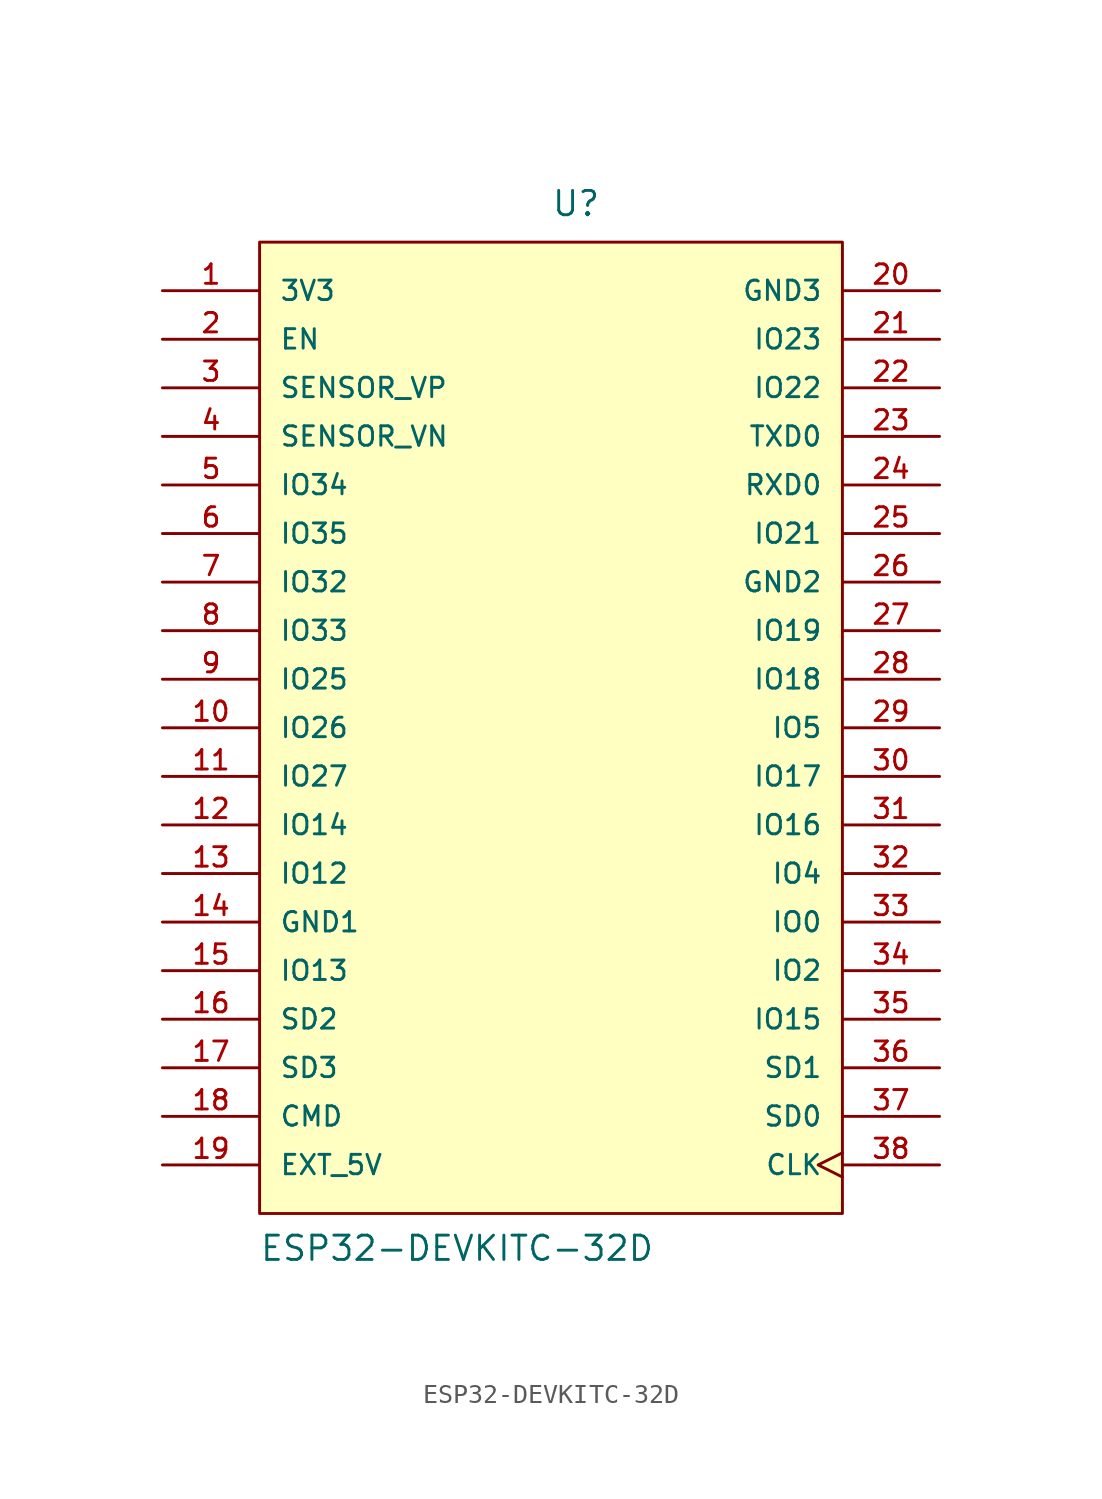
<source format=kicad_sym>
(kicad_symbol_lib
  (version 20211014)
  (generator kicad_symbol_editor)
  (symbol "ESP32-DEVKITC-32D"
    (pin_names
      (offset 1.016))
    (property "Reference" "U"
      (at 0 26.67 0)
      (effects (font (size 1.27 1.27)) (justify left bottom)))
    (property "Value" "ESP32-DEVKITC-32D"
      (at -15.265 -27.965 0)
      (effects (font (size 1.27 1.27)) (justify left bottom)))
    (property "ki_locked" ""
      (at 0 0 0)
      (effects (font (size 1.27 1.27))))
    (symbol "ESP32-DEVKITC-32D_0_0"
      (pin power_in line (at -20.32 22.86 0) (length 5.08) (name "3V3" (effects (font (size 1.016 1.016)))) (number "1" (effects (font (size 1.016 1.016)))))
      (pin bidirectional line (at -20.32 0 0) (length 5.08) (name "IO26" (effects (font (size 1.016 1.016)))) (number "10" (effects (font (size 1.016 1.016)))))
      (pin bidirectional line (at -20.32 -2.54 0) (length 5.08) (name "IO27" (effects (font (size 1.016 1.016)))) (number "11" (effects (font (size 1.016 1.016)))))
      (pin bidirectional line (at -20.32 -5.08 0) (length 5.08) (name "IO14" (effects (font (size 1.016 1.016)))) (number "12" (effects (font (size 1.016 1.016)))))
      (pin bidirectional line (at -20.32 -7.62 0) (length 5.08) (name "IO12" (effects (font (size 1.016 1.016)))) (number "13" (effects (font (size 1.016 1.016)))))
      (pin power_in line (at -20.32 -10.16 0) (length 5.08) (name "GND1" (effects (font (size 1.016 1.016)))) (number "14" (effects (font (size 1.016 1.016)))))
      (pin bidirectional line (at -20.32 -12.7 0) (length 5.08) (name "IO13" (effects (font (size 1.016 1.016)))) (number "15" (effects (font (size 1.016 1.016)))))
      (pin bidirectional line (at -20.32 -15.24 0) (length 5.08) (name "SD2" (effects (font (size 1.016 1.016)))) (number "16" (effects (font (size 1.016 1.016)))))
      (pin bidirectional line (at -20.32 -17.78 0) (length 5.08) (name "SD3" (effects (font (size 1.016 1.016)))) (number "17" (effects (font (size 1.016 1.016)))))
      (pin bidirectional line (at -20.32 -20.32 0) (length 5.08) (name "CMD" (effects (font (size 1.016 1.016)))) (number "18" (effects (font (size 1.016 1.016)))))
      (pin power_in line (at -20.32 -22.86 0) (length 5.08) (name "EXT_5V" (effects (font (size 1.016 1.016)))) (number "19" (effects (font (size 1.016 1.016)))))
      (pin input line (at -20.32 20.32 0) (length 5.08) (name "EN" (effects (font (size 1.016 1.016)))) (number "2" (effects (font (size 1.016 1.016)))))
      (pin power_in line (at 20.32 22.86 180) (length 5.08) (name "GND3" (effects (font (size 1.016 1.016)))) (number "20" (effects (font (size 1.016 1.016)))))
      (pin bidirectional line (at 20.32 20.32 180) (length 5.08) (name "IO23" (effects (font (size 1.016 1.016)))) (number "21" (effects (font (size 1.016 1.016)))))
      (pin bidirectional line (at 20.32 17.78 180) (length 5.08) (name "IO22" (effects (font (size 1.016 1.016)))) (number "22" (effects (font (size 1.016 1.016)))))
      (pin output line (at 20.32 15.24 180) (length 5.08) (name "TXD0" (effects (font (size 1.016 1.016)))) (number "23" (effects (font (size 1.016 1.016)))))
      (pin input line (at 20.32 12.7 180) (length 5.08) (name "RXD0" (effects (font (size 1.016 1.016)))) (number "24" (effects (font (size 1.016 1.016)))))
      (pin bidirectional line (at 20.32 10.16 180) (length 5.08) (name "IO21" (effects (font (size 1.016 1.016)))) (number "25" (effects (font (size 1.016 1.016)))))
      (pin power_in line (at 20.32 7.62 180) (length 5.08) (name "GND2" (effects (font (size 1.016 1.016)))) (number "26" (effects (font (size 1.016 1.016)))))
      (pin bidirectional line (at 20.32 5.08 180) (length 5.08) (name "IO19" (effects (font (size 1.016 1.016)))) (number "27" (effects (font (size 1.016 1.016)))))
      (pin bidirectional line (at 20.32 2.54 180) (length 5.08) (name "IO18" (effects (font (size 1.016 1.016)))) (number "28" (effects (font (size 1.016 1.016)))))
      (pin bidirectional line (at 20.32 0 180) (length 5.08) (name "IO5" (effects (font (size 1.016 1.016)))) (number "29" (effects (font (size 1.016 1.016)))))
      (pin input line (at -20.32 17.78 0) (length 5.08) (name "SENSOR_VP" (effects (font (size 1.016 1.016)))) (number "3" (effects (font (size 1.016 1.016)))))
      (pin bidirectional line (at 20.32 -2.54 180) (length 5.08) (name "IO17" (effects (font (size 1.016 1.016)))) (number "30" (effects (font (size 1.016 1.016)))))
      (pin bidirectional line (at 20.32 -5.08 180) (length 5.08) (name "IO16" (effects (font (size 1.016 1.016)))) (number "31" (effects (font (size 1.016 1.016)))))
      (pin bidirectional line (at 20.32 -7.62 180) (length 5.08) (name "IO4" (effects (font (size 1.016 1.016)))) (number "32" (effects (font (size 1.016 1.016)))))
      (pin bidirectional line (at 20.32 -10.16 180) (length 5.08) (name "IO0" (effects (font (size 1.016 1.016)))) (number "33" (effects (font (size 1.016 1.016)))))
      (pin bidirectional line (at 20.32 -12.7 180) (length 5.08) (name "IO2" (effects (font (size 1.016 1.016)))) (number "34" (effects (font (size 1.016 1.016)))))
      (pin bidirectional line (at 20.32 -15.24 180) (length 5.08) (name "IO15" (effects (font (size 1.016 1.016)))) (number "35" (effects (font (size 1.016 1.016)))))
      (pin bidirectional line (at 20.32 -17.78 180) (length 5.08) (name "SD1" (effects (font (size 1.016 1.016)))) (number "36" (effects (font (size 1.016 1.016)))))
      (pin bidirectional line (at 20.32 -20.32 180) (length 5.08) (name "SD0" (effects (font (size 1.016 1.016)))) (number "37" (effects (font (size 1.016 1.016)))))
      (pin input clock (at 20.32 -22.86 180) (length 5.08) (name "CLK" (effects (font (size 1.016 1.016)))) (number "38" (effects (font (size 1.016 1.016)))))
      (pin input line (at -20.32 15.24 0) (length 5.08) (name "SENSOR_VN" (effects (font (size 1.016 1.016)))) (number "4" (effects (font (size 1.016 1.016)))))
      (pin bidirectional line (at -20.32 12.7 0) (length 5.08) (name "IO34" (effects (font (size 1.016 1.016)))) (number "5" (effects (font (size 1.016 1.016)))))
      (pin bidirectional line (at -20.32 10.16 0) (length 5.08) (name "IO35" (effects (font (size 1.016 1.016)))) (number "6" (effects (font (size 1.016 1.016)))))
      (pin bidirectional line (at -20.32 7.62 0) (length 5.08) (name "IO32" (effects (font (size 1.016 1.016)))) (number "7" (effects (font (size 1.016 1.016)))))
      (pin bidirectional line (at -20.32 5.08 0) (length 5.08) (name "IO33" (effects (font (size 1.016 1.016)))) (number "8" (effects (font (size 1.016 1.016)))))
      (pin bidirectional line (at -20.32 2.54 0) (length 5.08) (name "IO25" (effects (font (size 1.016 1.016)))) (number "9" (effects (font (size 1.016 1.016))))))
    (symbol "ESP32-DEVKITC-32D_0_1"
      (rectangle (start -15.24 25.4) (end 15.24 -25.4) (stroke (width 0) (type default) (color 0 0 0 0)) (fill (type background))))))
</source>
